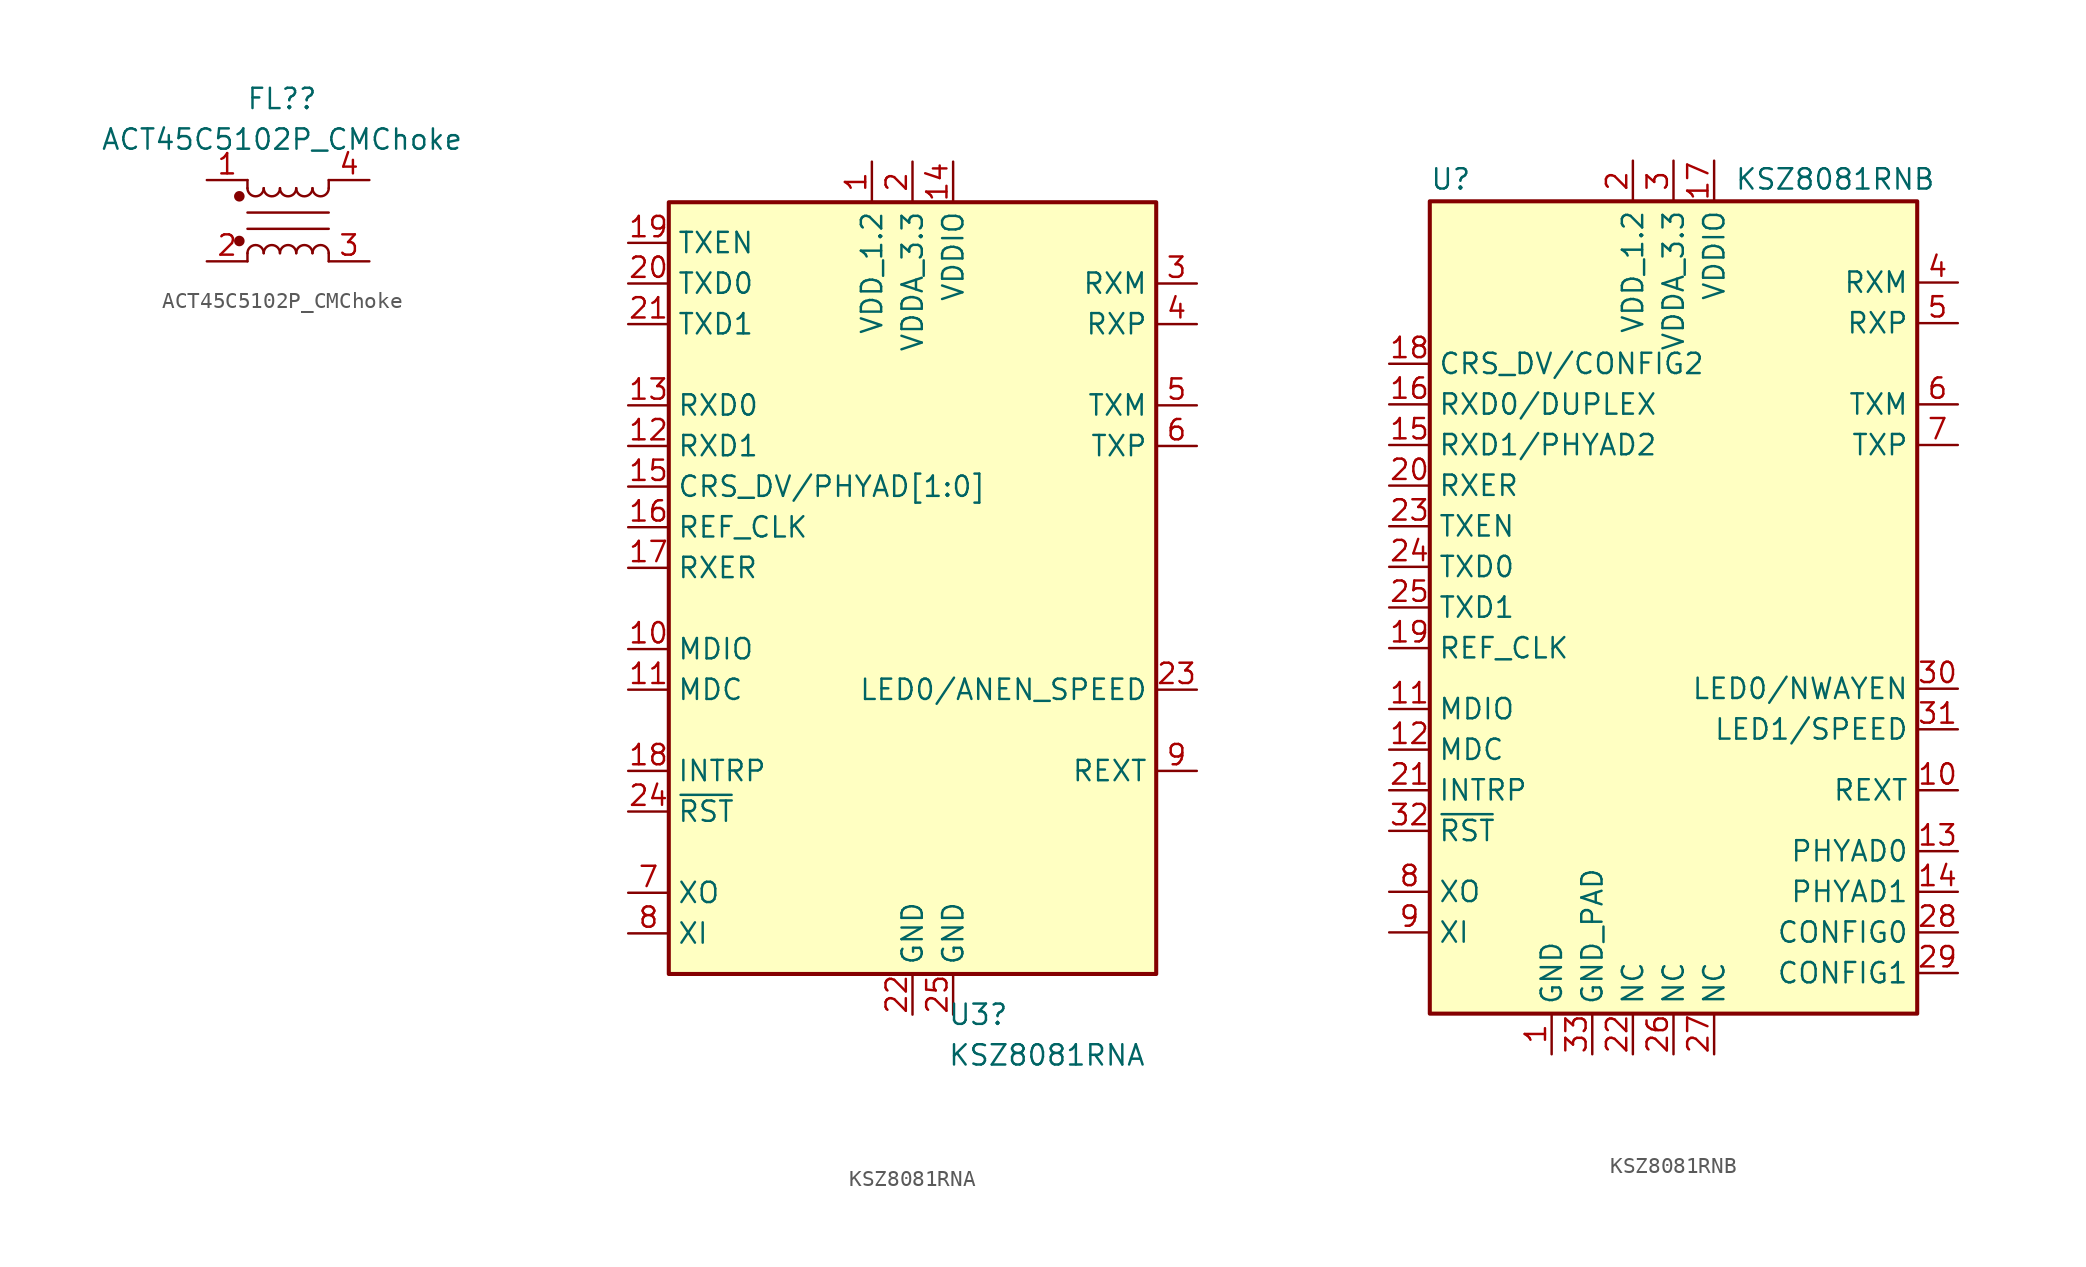
<source format=kicad_sym>
(kicad_symbol_lib
  (version 20231120)
  (generator "kicad_symbol_editor")
  (generator_version "8.0")
  (symbol "ACT45C5102P_CMChoke"
    (pin_names
      (offset 0.254) hide)
    (property "Reference" "FL?"
      (at -0.381 7.62 0)
      (effects (font (size 1.27 1.27))))
    (property "Value" "ACT45C5102P_CMChoke"
      (at -0.381 5.08 0)
      (effects (font (size 1.27 1.27))))
    (symbol "ACT45C5102P_CMChoke_0_1"
      (circle (center -3.048 -1.27) (radius 0.254) (stroke (width 0) (type default)) (fill (type outline)))
      (circle (center -3.048 1.524) (radius 0.254) (stroke (width 0) (type default)) (fill (type outline)))
      (arc (start -2.54 2.032) (mid -2.032 1.5262) (end -1.524 2.032) (stroke (width 0) (type default)) (fill (type none)))
      (arc (start -1.524 -2.032) (mid -2.032 -1.5262) (end -2.54 -2.032) (stroke (width 0) (type default)) (fill (type none)))
      (arc (start -1.524 2.032) (mid -1.016 1.5262) (end -0.508 2.032) (stroke (width 0) (type default)) (fill (type none)))
      (arc (start -0.508 -2.032) (mid -1.016 -1.5262) (end -1.524 -2.032) (stroke (width 0) (type default)) (fill (type none)))
      (arc (start -0.508 2.032) (mid 0 1.5262) (end 0.508 2.032) (stroke (width 0) (type default)) (fill (type none)))
      (polyline (pts (xy -2.54 -2.032) (xy -2.54 -2.54)) (stroke (width 0) (type default)) (fill (type none)))
      (polyline (pts (xy -2.54 0.508) (xy 2.54 0.508)) (stroke (width 0) (type default)) (fill (type none)))
      (polyline (pts (xy -2.54 2.032) (xy -2.54 2.54)) (stroke (width 0) (type default)) (fill (type none)))
      (polyline (pts (xy 2.54 -2.032) (xy 2.54 -2.54)) (stroke (width 0) (type default)) (fill (type none)))
      (polyline (pts (xy 2.54 -0.508) (xy -2.54 -0.508)) (stroke (width 0) (type default)) (fill (type none)))
      (polyline (pts (xy 2.54 2.54) (xy 2.54 2.032)) (stroke (width 0) (type default)) (fill (type none)))
      (arc (start 0.508 -2.032) (mid 0 -1.5262) (end -0.508 -2.032) (stroke (width 0) (type default)) (fill (type none)))
      (arc (start 0.508 2.032) (mid 1.016 1.5262) (end 1.524 2.032) (stroke (width 0) (type default)) (fill (type none)))
      (arc (start 1.524 -2.032) (mid 1.016 -1.5262) (end 0.508 -2.032) (stroke (width 0) (type default)) (fill (type none)))
      (arc (start 1.524 2.032) (mid 2.032 1.5262) (end 2.54 2.032) (stroke (width 0) (type default)) (fill (type none)))
      (arc (start 2.54 -2.032) (mid 2.032 -1.5262) (end 1.524 -2.032) (stroke (width 0) (type default)) (fill (type none))))
    (symbol "ACT45C5102P_CMChoke_1_1"
      (pin passive line (at -5.08 2.54 0) (length 2.54) (name "1" (effects (font (size 1.27 1.27)))) (number "1" (effects (font (size 1.27 1.27)))))
      (pin passive line (at -5.08 -2.54 0) (length 2.54) (name "2" (effects (font (size 1.27 1.27)))) (number "2" (effects (font (size 1.27 1.27)))))
      (pin passive line (at 5.08 -2.54 180) (length 2.54) (name "3" (effects (font (size 1.27 1.27)))) (number "3" (effects (font (size 1.27 1.27)))))
      (pin passive line (at 5.08 2.54 180) (length 2.54) (name "4" (effects (font (size 1.27 1.27)))) (number "4" (effects (font (size 1.27 1.27)))))))
  (symbol "KSZ8081RNA"
    (property "Reference" "U3"
      (at 2.194 -25.4 0)
      (effects (font (size 1.27 1.27)) (justify left)))
    (property "Value" "KSZ8081RNA"
      (at 2.194 -27.94 0)
      (effects (font (size 1.27 1.27)) (justify left)))
    (symbol "KSZ8081RNA_0_1"
      (rectangle (start -15.24 25.4) (end 15.24 -22.86) (stroke (width 0.254) (type default)) (fill (type background))))
    (symbol "KSZ8081RNA_1_1"
      (pin power_out line (at -2.54 27.94 270) (length 2.54) (name "VDD_1.2" (effects (font (size 1.27 1.27)))) (number "1" (effects (font (size 1.27 1.27)))))
      (pin bidirectional line (at -17.78 -2.54 0) (length 2.54) (name "MDIO" (effects (font (size 1.27 1.27)))) (number "10" (effects (font (size 1.27 1.27)))))
      (pin input line (at -17.78 -5.08 0) (length 2.54) (name "MDC" (effects (font (size 1.27 1.27)))) (number "11" (effects (font (size 1.27 1.27)))))
      (pin output line (at -17.78 10.16 0) (length 2.54) (name "RXD1" (effects (font (size 1.27 1.27)))) (number "12" (effects (font (size 1.27 1.27)))))
      (pin output line (at -17.78 12.7 0) (length 2.54) (name "RXD0" (effects (font (size 1.27 1.27)))) (number "13" (effects (font (size 1.27 1.27)))))
      (pin power_in line (at 2.54 27.94 270) (length 2.54) (name "VDDIO" (effects (font (size 1.27 1.27)))) (number "14" (effects (font (size 1.27 1.27)))))
      (pin output line (at -17.78 7.62 0) (length 2.54) (name "CRS_DV/PHYAD[1:0]" (effects (font (size 1.27 1.27)))) (number "15" (effects (font (size 1.27 1.27)))))
      (pin output line (at -17.78 5.08 0) (length 2.54) (name "REF_CLK" (effects (font (size 1.27 1.27)))) (number "16" (effects (font (size 1.27 1.27)))))
      (pin output line (at -17.78 2.54 0) (length 2.54) (name "RXER" (effects (font (size 1.27 1.27)))) (number "17" (effects (font (size 1.27 1.27)))))
      (pin bidirectional line (at -17.78 -10.16 0) (length 2.54) (name "INTRP" (effects (font (size 1.27 1.27)))) (number "18" (effects (font (size 1.27 1.27)))))
      (pin input line (at -17.78 22.86 0) (length 2.54) (name "TXEN" (effects (font (size 1.27 1.27)))) (number "19" (effects (font (size 1.27 1.27)))))
      (pin power_in line (at 0 27.94 270) (length 2.54) (name "VDDA_3.3" (effects (font (size 1.27 1.27)))) (number "2" (effects (font (size 1.27 1.27)))))
      (pin input line (at -17.78 20.32 0) (length 2.54) (name "TXD0" (effects (font (size 1.27 1.27)))) (number "20" (effects (font (size 1.27 1.27)))))
      (pin bidirectional line (at -17.78 17.78 0) (length 2.54) (name "TXD1" (effects (font (size 1.27 1.27)))) (number "21" (effects (font (size 1.27 1.27)))))
      (pin power_in line (at 0 -25.4 90) (length 2.54) (name "GND" (effects (font (size 1.27 1.27)))) (number "22" (effects (font (size 1.27 1.27)))))
      (pin output line (at 17.78 -5.08 180) (length 2.54) (name "LED0/ANEN_SPEED" (effects (font (size 1.27 1.27)))) (number "23" (effects (font (size 1.27 1.27)))))
      (pin input line (at -17.78 -12.7 0) (length 2.54) (name "~{RST}" (effects (font (size 1.27 1.27)))) (number "24" (effects (font (size 1.27 1.27)))))
      (pin passive line (at 2.54 -25.4 90) (length 2.54) (name "GND" (effects (font (size 1.27 1.27)))) (number "25" (effects (font (size 1.27 1.27)))))
      (pin bidirectional line (at 17.78 20.32 180) (length 2.54) (name "RXM" (effects (font (size 1.27 1.27)))) (number "3" (effects (font (size 1.27 1.27)))))
      (pin bidirectional line (at 17.78 17.78 180) (length 2.54) (name "RXP" (effects (font (size 1.27 1.27)))) (number "4" (effects (font (size 1.27 1.27)))))
      (pin bidirectional line (at 17.78 12.7 180) (length 2.54) (name "TXM" (effects (font (size 1.27 1.27)))) (number "5" (effects (font (size 1.27 1.27)))))
      (pin bidirectional line (at 17.78 10.16 180) (length 2.54) (name "TXP" (effects (font (size 1.27 1.27)))) (number "6" (effects (font (size 1.27 1.27)))))
      (pin output line (at -17.78 -17.78 0) (length 2.54) (name "XO" (effects (font (size 1.27 1.27)))) (number "7" (effects (font (size 1.27 1.27)))))
      (pin input line (at -17.78 -20.32 0) (length 2.54) (name "XI" (effects (font (size 1.27 1.27)))) (number "8" (effects (font (size 1.27 1.27)))))
      (pin passive line (at 17.78 -10.16 180) (length 2.54) (name "REXT" (effects (font (size 1.27 1.27)))) (number "9" (effects (font (size 1.27 1.27)))))))
  (symbol "KSZ8081RNB"
    (property "Reference" "U"
      (at -15.24 26.035 0)
      (effects (font (size 1.27 1.27)) (justify left bottom)))
    (property "Value" "KSZ8081RNB"
      (at 3.81 26.035 0)
      (effects (font (size 1.27 1.27)) (justify left bottom)))
    (symbol "KSZ8081RNB_0_1"
      (rectangle (start -15.24 25.4) (end 15.24 -25.4) (stroke (width 0.254) (type default)) (fill (type background))))
    (symbol "KSZ8081RNB_1_1"
      (pin power_out line (at -7.62 -27.94 90) (length 2.54) (name "GND" (effects (font (size 1.27 1.27)))) (number "1" (effects (font (size 1.27 1.27)))))
      (pin passive line (at 17.78 -11.43 180) (length 2.54) (name "REXT" (effects (font (size 1.27 1.27)))) (number "10" (effects (font (size 1.27 1.27)))))
      (pin bidirectional line (at -17.78 -6.35 0) (length 2.54) (name "MDIO" (effects (font (size 1.27 1.27)))) (number "11" (effects (font (size 1.27 1.27)))))
      (pin input line (at -17.78 -8.89 0) (length 2.54) (name "MDC" (effects (font (size 1.27 1.27)))) (number "12" (effects (font (size 1.27 1.27)))))
      (pin bidirectional line (at 17.78 -15.24 180) (length 2.54) (name "PHYAD0" (effects (font (size 1.27 1.27)))) (number "13" (effects (font (size 1.27 1.27)))))
      (pin bidirectional line (at 17.78 -17.78 180) (length 2.54) (name "PHYAD1" (effects (font (size 1.27 1.27)))) (number "14" (effects (font (size 1.27 1.27)))))
      (pin bidirectional line (at -17.78 10.16 0) (length 2.54) (name "RXD1/PHYAD2" (effects (font (size 1.27 1.27)))) (number "15" (effects (font (size 1.27 1.27)))))
      (pin bidirectional line (at -17.78 12.7 0) (length 2.54) (name "RXD0/DUPLEX" (effects (font (size 1.27 1.27)))) (number "16" (effects (font (size 1.27 1.27)))))
      (pin power_in line (at 2.54 27.94 270) (length 2.54) (name "VDDIO" (effects (font (size 1.27 1.27)))) (number "17" (effects (font (size 1.27 1.27)))))
      (pin bidirectional line (at -17.78 15.24 0) (length 2.54) (name "CRS_DV/CONFIG2" (effects (font (size 1.27 1.27)))) (number "18" (effects (font (size 1.27 1.27)))))
      (pin bidirectional line (at -17.78 -2.54 0) (length 2.54) (name "REF_CLK" (effects (font (size 1.27 1.27)))) (number "19" (effects (font (size 1.27 1.27)))))
      (pin power_out line (at -2.54 27.94 270) (length 2.54) (name "VDD_1.2" (effects (font (size 1.27 1.27)))) (number "2" (effects (font (size 1.27 1.27)))))
      (pin bidirectional line (at -17.78 7.62 0) (length 2.54) (name "RXER" (effects (font (size 1.27 1.27)))) (number "20" (effects (font (size 1.27 1.27)))))
      (pin bidirectional line (at -17.78 -11.43 0) (length 2.54) (name "INTRP" (effects (font (size 1.27 1.27)))) (number "21" (effects (font (size 1.27 1.27)))))
      (pin bidirectional line (at -2.54 -27.94 90) (length 2.54) (name "NC" (effects (font (size 1.27 1.27)))) (number "22" (effects (font (size 1.27 1.27)))))
      (pin input line (at -17.78 5.08 0) (length 2.54) (name "TXEN" (effects (font (size 1.27 1.27)))) (number "23" (effects (font (size 1.27 1.27)))))
      (pin input line (at -17.78 2.54 0) (length 2.54) (name "TXD0" (effects (font (size 1.27 1.27)))) (number "24" (effects (font (size 1.27 1.27)))))
      (pin input line (at -17.78 0 0) (length 2.54) (name "TXD1" (effects (font (size 1.27 1.27)))) (number "25" (effects (font (size 1.27 1.27)))))
      (pin bidirectional line (at 0 -27.94 90) (length 2.54) (name "NC" (effects (font (size 1.27 1.27)))) (number "26" (effects (font (size 1.27 1.27)))))
      (pin bidirectional line (at 2.54 -27.94 90) (length 2.54) (name "NC" (effects (font (size 1.27 1.27)))) (number "27" (effects (font (size 1.27 1.27)))))
      (pin bidirectional line (at 17.78 -20.32 180) (length 2.54) (name "CONFIG0" (effects (font (size 1.27 1.27)))) (number "28" (effects (font (size 1.27 1.27)))))
      (pin bidirectional line (at 17.78 -22.86 180) (length 2.54) (name "CONFIG1" (effects (font (size 1.27 1.27)))) (number "29" (effects (font (size 1.27 1.27)))))
      (pin power_in line (at 0 27.94 270) (length 2.54) (name "VDDA_3.3" (effects (font (size 1.27 1.27)))) (number "3" (effects (font (size 1.27 1.27)))))
      (pin bidirectional line (at 17.78 -5.08 180) (length 2.54) (name "LED0/NWAYEN" (effects (font (size 1.27 1.27)))) (number "30" (effects (font (size 1.27 1.27)))))
      (pin bidirectional line (at 17.78 -7.62 180) (length 2.54) (name "LED1/SPEED" (effects (font (size 1.27 1.27)))) (number "31" (effects (font (size 1.27 1.27)))))
      (pin input line (at -17.78 -13.97 0) (length 2.54) (name "~{RST}" (effects (font (size 1.27 1.27)))) (number "32" (effects (font (size 1.27 1.27)))))
      (pin power_out line (at -5.08 -27.94 90) (length 2.54) (name "GND_PAD" (effects (font (size 1.27 1.27)))) (number "33" (effects (font (size 1.27 1.27)))))
      (pin bidirectional line (at 17.78 20.32 180) (length 2.54) (name "RXM" (effects (font (size 1.27 1.27)))) (number "4" (effects (font (size 1.27 1.27)))))
      (pin bidirectional line (at 17.78 17.78 180) (length 2.54) (name "RXP" (effects (font (size 1.27 1.27)))) (number "5" (effects (font (size 1.27 1.27)))))
      (pin bidirectional line (at 17.78 12.7 180) (length 2.54) (name "TXM" (effects (font (size 1.27 1.27)))) (number "6" (effects (font (size 1.27 1.27)))))
      (pin bidirectional line (at 17.78 10.16 180) (length 2.54) (name "TXP" (effects (font (size 1.27 1.27)))) (number "7" (effects (font (size 1.27 1.27)))))
      (pin output line (at -17.78 -17.78 0) (length 2.54) (name "XO" (effects (font (size 1.27 1.27)))) (number "8" (effects (font (size 1.27 1.27)))))
      (pin input line (at -17.78 -20.32 0) (length 2.54) (name "XI" (effects (font (size 1.27 1.27)))) (number "9" (effects (font (size 1.27 1.27))))))))
</source>
